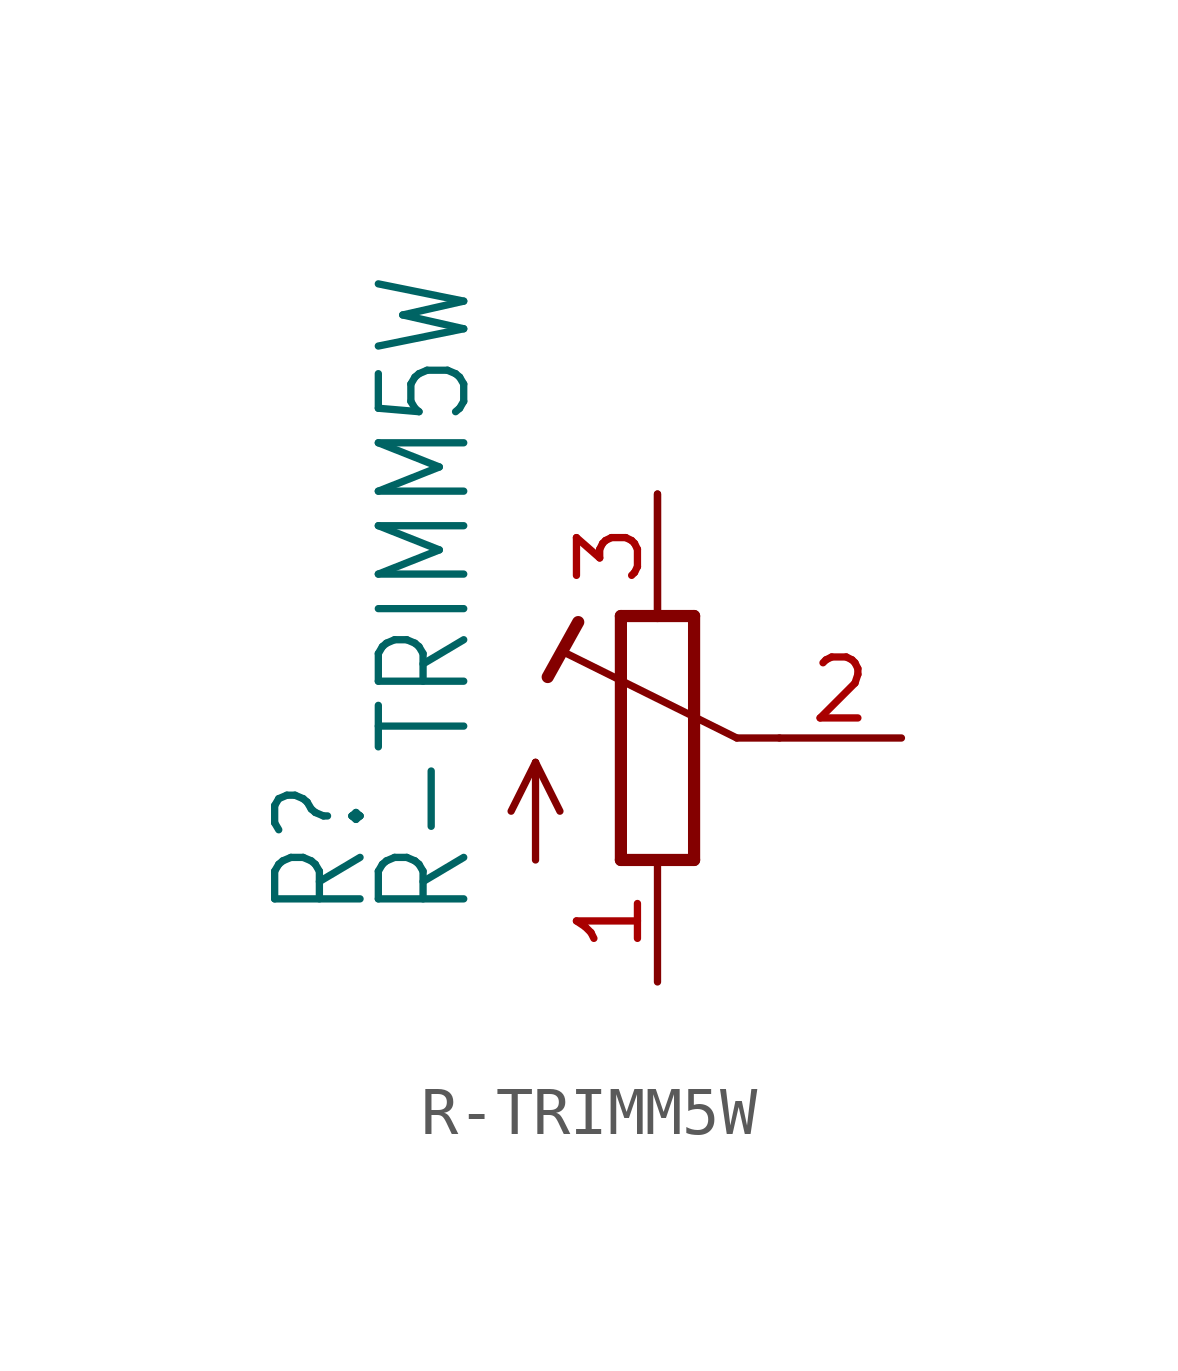
<source format=kicad_sym>
(kicad_symbol_lib
  (version 20220331)
  (generator kicad_symbol_editor)
  (symbol "R-TRIMM5W"
    (property "Reference" "R"
      (at -5.969 -3.81 90)
      (effects (font (size 1.778 1.511)) (justify left bottom)))
    (property "Value" "R-TRIMM5W"
      (at -3.81 -3.81 90)
      (effects (font (size 1.778 1.511)) (justify left bottom)))
    (property "ki_locked" ""
      (at 0 0 0)
      (effects (font (size 1.27 1.27))))
    (symbol "R-TRIMM5W_1_0"
      (polyline (pts (xy -2.54 -2.54) (xy -2.54 -0.508)) (stroke (width 0.152) (type solid)) (fill (type none)))
      (polyline (pts (xy -2.54 -0.508) (xy -3.048 -1.524)) (stroke (width 0.152) (type solid)) (fill (type none)))
      (polyline (pts (xy -2.54 -0.508) (xy -2.032 -1.524)) (stroke (width 0.152) (type solid)) (fill (type none)))
      (polyline (pts (xy -2.286 1.27) (xy -1.651 2.413)) (stroke (width 0.254) (type solid)) (fill (type none)))
      (polyline (pts (xy -0.762 -2.54) (xy 0.762 -2.54)) (stroke (width 0.254) (type solid)) (fill (type none)))
      (polyline (pts (xy -0.762 2.54) (xy -0.762 -2.54)) (stroke (width 0.254) (type solid)) (fill (type none)))
      (polyline (pts (xy 0 2.54) (xy -0.762 2.54)) (stroke (width 0.254) (type solid)) (fill (type none)))
      (polyline (pts (xy 0 2.54) (xy 0 5.08)) (stroke (width 0.152) (type solid)) (fill (type none)))
      (polyline (pts (xy 0.762 -2.54) (xy 0.762 2.54)) (stroke (width 0.254) (type solid)) (fill (type none)))
      (polyline (pts (xy 0.762 2.54) (xy 0 2.54)) (stroke (width 0.254) (type solid)) (fill (type none)))
      (polyline (pts (xy 1.651 0) (xy -1.88 1.753)) (stroke (width 0.152) (type solid)) (fill (type none)))
      (polyline (pts (xy 2.54 0) (xy 1.651 0)) (stroke (width 0.152) (type solid)) (fill (type none)))
      (pin passive line (at 0 -5.08 90) (length 2.54) (name "E" (effects (font (size 0 0)))) (number "1" (effects (font (size 1.27 1.27)))))
      (pin passive line (at 5.08 0 180) (length 2.54) (name "S" (effects (font (size 0 0)))) (number "2" (effects (font (size 1.27 1.27)))))
      (pin passive line (at 0 5.08 270) (length 2.54) (name "A" (effects (font (size 0 0)))) (number "3" (effects (font (size 1.27 1.27))))))))
</source>
